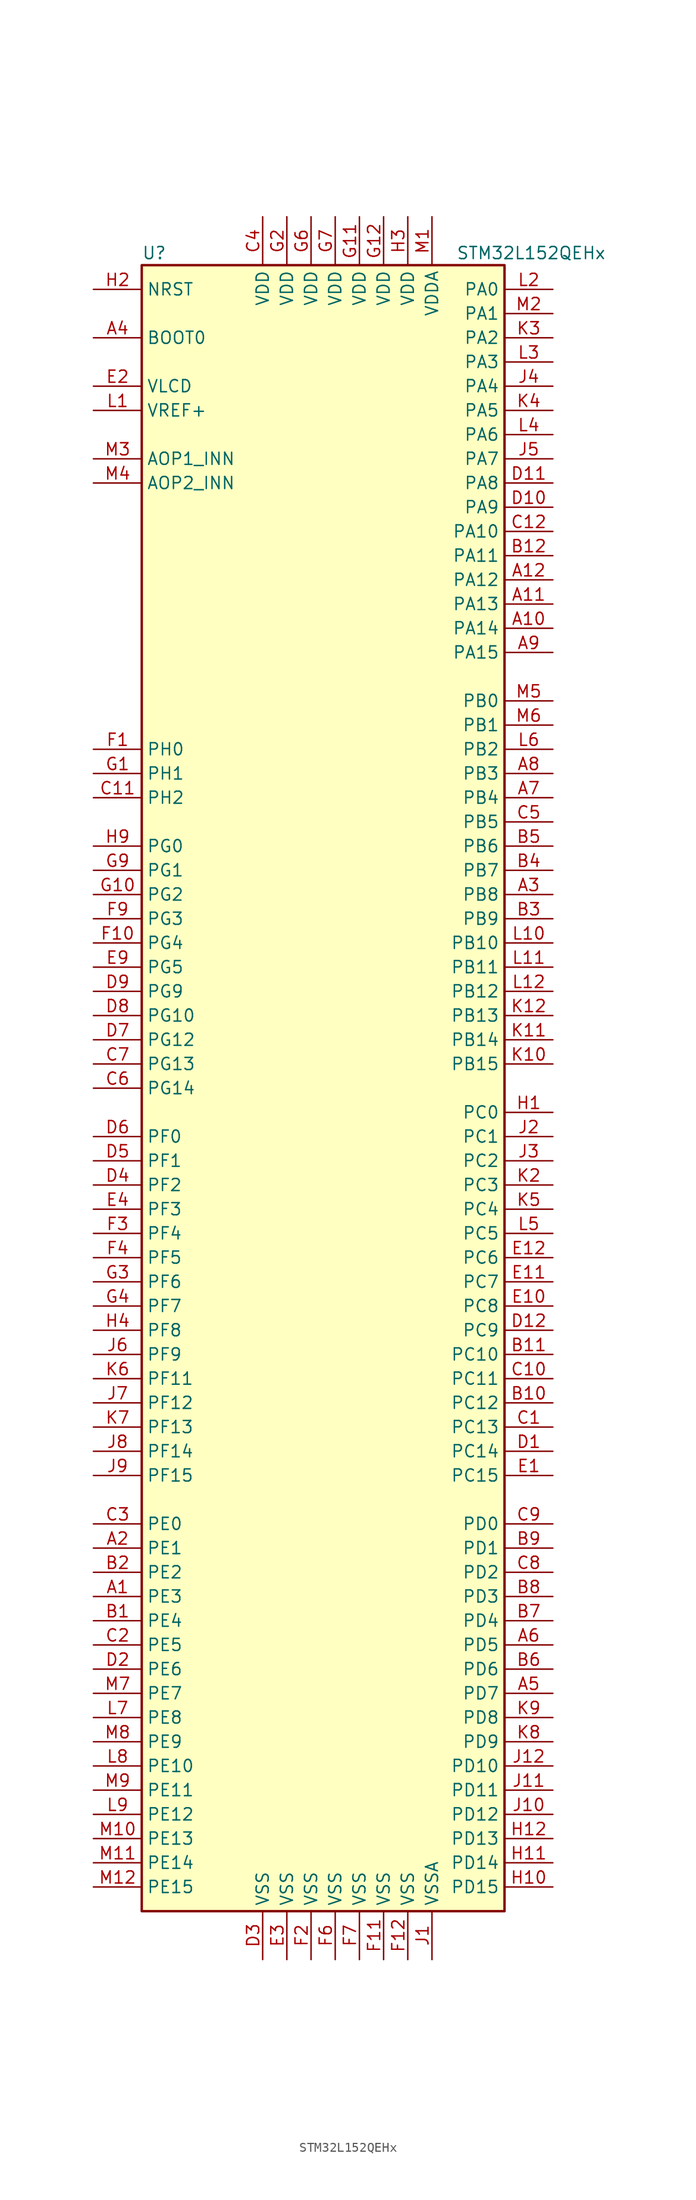
<source format=kicad_sym>
(kicad_symbol_lib
  (version 20201005)
  (generator kicad_symbol_editor)
  (symbol "MCU_ST_STM32L1:STM32L152QEHx"
    (property "Reference" "U"
      (at -20.32 87.63 0)
      (effects (font (size 1.27 1.27)) (justify left)))
    (property "Value" "STM32L152QEHx"
      (at 12.7 87.63 0)
      (effects (font (size 1.27 1.27)) (justify left)))
    (symbol "STM32L152QEHx_0_1"
      (rectangle (start -20.32 -86.36) (end 17.78 86.36) (stroke (width 0.254)) (fill (type background))))
    (symbol "STM32L152QEHx_1_1"
      (pin bidirectional line (at -25.4 66.04 0) (length 5.08) (name "AOP1_INN" (effects (font (size 1.27 1.27)))) (number "M3" (effects (font (size 1.27 1.27)))))
      (pin bidirectional line (at -25.4 63.5 0) (length 5.08) (name "AOP2_INN" (effects (font (size 1.27 1.27)))) (number "M4" (effects (font (size 1.27 1.27)))))
      (pin input line (at -25.4 78.74 0) (length 5.08) (name "BOOT0" (effects (font (size 1.27 1.27)))) (number "A4" (effects (font (size 1.27 1.27)))))
      (pin no_connect line (at -20.32 -83.82 0) (length 5.08) hide (name "NC" (effects (font (size 1.27 1.27)))) (number "K1" (effects (font (size 1.27 1.27)))))
      (pin input line (at -25.4 83.82 0) (length 5.08) (name "NRST" (effects (font (size 1.27 1.27)))) (number "H2" (effects (font (size 1.27 1.27)))))
      (pin bidirectional line (at 22.86 83.82 180) (length 5.08) (name "PA0" (effects (font (size 1.27 1.27)))) (number "L2" (effects (font (size 1.27 1.27)))))
      (pin bidirectional line (at 22.86 81.28 180) (length 5.08) (name "PA1" (effects (font (size 1.27 1.27)))) (number "M2" (effects (font (size 1.27 1.27)))))
      (pin bidirectional line (at 22.86 58.42 180) (length 5.08) (name "PA10" (effects (font (size 1.27 1.27)))) (number "C12" (effects (font (size 1.27 1.27)))))
      (pin bidirectional line (at 22.86 55.88 180) (length 5.08) (name "PA11" (effects (font (size 1.27 1.27)))) (number "B12" (effects (font (size 1.27 1.27)))))
      (pin bidirectional line (at 22.86 53.34 180) (length 5.08) (name "PA12" (effects (font (size 1.27 1.27)))) (number "A12" (effects (font (size 1.27 1.27)))))
      (pin bidirectional line (at 22.86 50.8 180) (length 5.08) (name "PA13" (effects (font (size 1.27 1.27)))) (number "A11" (effects (font (size 1.27 1.27)))))
      (pin bidirectional line (at 22.86 48.26 180) (length 5.08) (name "PA14" (effects (font (size 1.27 1.27)))) (number "A10" (effects (font (size 1.27 1.27)))))
      (pin bidirectional line (at 22.86 45.72 180) (length 5.08) (name "PA15" (effects (font (size 1.27 1.27)))) (number "A9" (effects (font (size 1.27 1.27)))))
      (pin bidirectional line (at 22.86 78.74 180) (length 5.08) (name "PA2" (effects (font (size 1.27 1.27)))) (number "K3" (effects (font (size 1.27 1.27)))))
      (pin bidirectional line (at 22.86 76.2 180) (length 5.08) (name "PA3" (effects (font (size 1.27 1.27)))) (number "L3" (effects (font (size 1.27 1.27)))))
      (pin bidirectional line (at 22.86 73.66 180) (length 5.08) (name "PA4" (effects (font (size 1.27 1.27)))) (number "J4" (effects (font (size 1.27 1.27)))))
      (pin bidirectional line (at 22.86 71.12 180) (length 5.08) (name "PA5" (effects (font (size 1.27 1.27)))) (number "K4" (effects (font (size 1.27 1.27)))))
      (pin bidirectional line (at 22.86 68.58 180) (length 5.08) (name "PA6" (effects (font (size 1.27 1.27)))) (number "L4" (effects (font (size 1.27 1.27)))))
      (pin bidirectional line (at 22.86 66.04 180) (length 5.08) (name "PA7" (effects (font (size 1.27 1.27)))) (number "J5" (effects (font (size 1.27 1.27)))))
      (pin bidirectional line (at 22.86 63.5 180) (length 5.08) (name "PA8" (effects (font (size 1.27 1.27)))) (number "D11" (effects (font (size 1.27 1.27)))))
      (pin bidirectional line (at 22.86 60.96 180) (length 5.08) (name "PA9" (effects (font (size 1.27 1.27)))) (number "D10" (effects (font (size 1.27 1.27)))))
      (pin bidirectional line (at 22.86 40.64 180) (length 5.08) (name "PB0" (effects (font (size 1.27 1.27)))) (number "M5" (effects (font (size 1.27 1.27)))))
      (pin bidirectional line (at 22.86 38.1 180) (length 5.08) (name "PB1" (effects (font (size 1.27 1.27)))) (number "M6" (effects (font (size 1.27 1.27)))))
      (pin bidirectional line (at 22.86 15.24 180) (length 5.08) (name "PB10" (effects (font (size 1.27 1.27)))) (number "L10" (effects (font (size 1.27 1.27)))))
      (pin bidirectional line (at 22.86 12.7 180) (length 5.08) (name "PB11" (effects (font (size 1.27 1.27)))) (number "L11" (effects (font (size 1.27 1.27)))))
      (pin bidirectional line (at 22.86 10.16 180) (length 5.08) (name "PB12" (effects (font (size 1.27 1.27)))) (number "L12" (effects (font (size 1.27 1.27)))))
      (pin bidirectional line (at 22.86 7.62 180) (length 5.08) (name "PB13" (effects (font (size 1.27 1.27)))) (number "K12" (effects (font (size 1.27 1.27)))))
      (pin bidirectional line (at 22.86 5.08 180) (length 5.08) (name "PB14" (effects (font (size 1.27 1.27)))) (number "K11" (effects (font (size 1.27 1.27)))))
      (pin bidirectional line (at 22.86 2.54 180) (length 5.08) (name "PB15" (effects (font (size 1.27 1.27)))) (number "K10" (effects (font (size 1.27 1.27)))))
      (pin bidirectional line (at 22.86 35.56 180) (length 5.08) (name "PB2" (effects (font (size 1.27 1.27)))) (number "L6" (effects (font (size 1.27 1.27)))))
      (pin bidirectional line (at 22.86 33.02 180) (length 5.08) (name "PB3" (effects (font (size 1.27 1.27)))) (number "A8" (effects (font (size 1.27 1.27)))))
      (pin bidirectional line (at 22.86 30.48 180) (length 5.08) (name "PB4" (effects (font (size 1.27 1.27)))) (number "A7" (effects (font (size 1.27 1.27)))))
      (pin bidirectional line (at 22.86 27.94 180) (length 5.08) (name "PB5" (effects (font (size 1.27 1.27)))) (number "C5" (effects (font (size 1.27 1.27)))))
      (pin bidirectional line (at 22.86 25.4 180) (length 5.08) (name "PB6" (effects (font (size 1.27 1.27)))) (number "B5" (effects (font (size 1.27 1.27)))))
      (pin bidirectional line (at 22.86 22.86 180) (length 5.08) (name "PB7" (effects (font (size 1.27 1.27)))) (number "B4" (effects (font (size 1.27 1.27)))))
      (pin bidirectional line (at 22.86 20.32 180) (length 5.08) (name "PB8" (effects (font (size 1.27 1.27)))) (number "A3" (effects (font (size 1.27 1.27)))))
      (pin bidirectional line (at 22.86 17.78 180) (length 5.08) (name "PB9" (effects (font (size 1.27 1.27)))) (number "B3" (effects (font (size 1.27 1.27)))))
      (pin bidirectional line (at 22.86 -2.54 180) (length 5.08) (name "PC0" (effects (font (size 1.27 1.27)))) (number "H1" (effects (font (size 1.27 1.27)))))
      (pin bidirectional line (at 22.86 -5.08 180) (length 5.08) (name "PC1" (effects (font (size 1.27 1.27)))) (number "J2" (effects (font (size 1.27 1.27)))))
      (pin bidirectional line (at 22.86 -27.94 180) (length 5.08) (name "PC10" (effects (font (size 1.27 1.27)))) (number "B11" (effects (font (size 1.27 1.27)))))
      (pin bidirectional line (at 22.86 -30.48 180) (length 5.08) (name "PC11" (effects (font (size 1.27 1.27)))) (number "C10" (effects (font (size 1.27 1.27)))))
      (pin bidirectional line (at 22.86 -33.02 180) (length 5.08) (name "PC12" (effects (font (size 1.27 1.27)))) (number "B10" (effects (font (size 1.27 1.27)))))
      (pin bidirectional line (at 22.86 -35.56 180) (length 5.08) (name "PC13" (effects (font (size 1.27 1.27)))) (number "C1" (effects (font (size 1.27 1.27)))))
      (pin bidirectional line (at 22.86 -38.1 180) (length 5.08) (name "PC14" (effects (font (size 1.27 1.27)))) (number "D1" (effects (font (size 1.27 1.27)))))
      (pin bidirectional line (at 22.86 -40.64 180) (length 5.08) (name "PC15" (effects (font (size 1.27 1.27)))) (number "E1" (effects (font (size 1.27 1.27)))))
      (pin bidirectional line (at 22.86 -7.62 180) (length 5.08) (name "PC2" (effects (font (size 1.27 1.27)))) (number "J3" (effects (font (size 1.27 1.27)))))
      (pin bidirectional line (at 22.86 -10.16 180) (length 5.08) (name "PC3" (effects (font (size 1.27 1.27)))) (number "K2" (effects (font (size 1.27 1.27)))))
      (pin bidirectional line (at 22.86 -12.7 180) (length 5.08) (name "PC4" (effects (font (size 1.27 1.27)))) (number "K5" (effects (font (size 1.27 1.27)))))
      (pin bidirectional line (at 22.86 -15.24 180) (length 5.08) (name "PC5" (effects (font (size 1.27 1.27)))) (number "L5" (effects (font (size 1.27 1.27)))))
      (pin bidirectional line (at 22.86 -17.78 180) (length 5.08) (name "PC6" (effects (font (size 1.27 1.27)))) (number "E12" (effects (font (size 1.27 1.27)))))
      (pin bidirectional line (at 22.86 -20.32 180) (length 5.08) (name "PC7" (effects (font (size 1.27 1.27)))) (number "E11" (effects (font (size 1.27 1.27)))))
      (pin bidirectional line (at 22.86 -22.86 180) (length 5.08) (name "PC8" (effects (font (size 1.27 1.27)))) (number "E10" (effects (font (size 1.27 1.27)))))
      (pin bidirectional line (at 22.86 -25.4 180) (length 5.08) (name "PC9" (effects (font (size 1.27 1.27)))) (number "D12" (effects (font (size 1.27 1.27)))))
      (pin bidirectional line (at 22.86 -45.72 180) (length 5.08) (name "PD0" (effects (font (size 1.27 1.27)))) (number "C9" (effects (font (size 1.27 1.27)))))
      (pin bidirectional line (at 22.86 -48.26 180) (length 5.08) (name "PD1" (effects (font (size 1.27 1.27)))) (number "B9" (effects (font (size 1.27 1.27)))))
      (pin bidirectional line (at 22.86 -71.12 180) (length 5.08) (name "PD10" (effects (font (size 1.27 1.27)))) (number "J12" (effects (font (size 1.27 1.27)))))
      (pin bidirectional line (at 22.86 -73.66 180) (length 5.08) (name "PD11" (effects (font (size 1.27 1.27)))) (number "J11" (effects (font (size 1.27 1.27)))))
      (pin bidirectional line (at 22.86 -76.2 180) (length 5.08) (name "PD12" (effects (font (size 1.27 1.27)))) (number "J10" (effects (font (size 1.27 1.27)))))
      (pin bidirectional line (at 22.86 -78.74 180) (length 5.08) (name "PD13" (effects (font (size 1.27 1.27)))) (number "H12" (effects (font (size 1.27 1.27)))))
      (pin bidirectional line (at 22.86 -81.28 180) (length 5.08) (name "PD14" (effects (font (size 1.27 1.27)))) (number "H11" (effects (font (size 1.27 1.27)))))
      (pin bidirectional line (at 22.86 -83.82 180) (length 5.08) (name "PD15" (effects (font (size 1.27 1.27)))) (number "H10" (effects (font (size 1.27 1.27)))))
      (pin bidirectional line (at 22.86 -50.8 180) (length 5.08) (name "PD2" (effects (font (size 1.27 1.27)))) (number "C8" (effects (font (size 1.27 1.27)))))
      (pin bidirectional line (at 22.86 -53.34 180) (length 5.08) (name "PD3" (effects (font (size 1.27 1.27)))) (number "B8" (effects (font (size 1.27 1.27)))))
      (pin bidirectional line (at 22.86 -55.88 180) (length 5.08) (name "PD4" (effects (font (size 1.27 1.27)))) (number "B7" (effects (font (size 1.27 1.27)))))
      (pin bidirectional line (at 22.86 -58.42 180) (length 5.08) (name "PD5" (effects (font (size 1.27 1.27)))) (number "A6" (effects (font (size 1.27 1.27)))))
      (pin bidirectional line (at 22.86 -60.96 180) (length 5.08) (name "PD6" (effects (font (size 1.27 1.27)))) (number "B6" (effects (font (size 1.27 1.27)))))
      (pin bidirectional line (at 22.86 -63.5 180) (length 5.08) (name "PD7" (effects (font (size 1.27 1.27)))) (number "A5" (effects (font (size 1.27 1.27)))))
      (pin bidirectional line (at 22.86 -66.04 180) (length 5.08) (name "PD8" (effects (font (size 1.27 1.27)))) (number "K9" (effects (font (size 1.27 1.27)))))
      (pin bidirectional line (at 22.86 -68.58 180) (length 5.08) (name "PD9" (effects (font (size 1.27 1.27)))) (number "K8" (effects (font (size 1.27 1.27)))))
      (pin bidirectional line (at -25.4 -45.72 0) (length 5.08) (name "PE0" (effects (font (size 1.27 1.27)))) (number "C3" (effects (font (size 1.27 1.27)))))
      (pin bidirectional line (at -25.4 -48.26 0) (length 5.08) (name "PE1" (effects (font (size 1.27 1.27)))) (number "A2" (effects (font (size 1.27 1.27)))))
      (pin bidirectional line (at -25.4 -71.12 0) (length 5.08) (name "PE10" (effects (font (size 1.27 1.27)))) (number "L8" (effects (font (size 1.27 1.27)))))
      (pin bidirectional line (at -25.4 -73.66 0) (length 5.08) (name "PE11" (effects (font (size 1.27 1.27)))) (number "M9" (effects (font (size 1.27 1.27)))))
      (pin bidirectional line (at -25.4 -76.2 0) (length 5.08) (name "PE12" (effects (font (size 1.27 1.27)))) (number "L9" (effects (font (size 1.27 1.27)))))
      (pin bidirectional line (at -25.4 -78.74 0) (length 5.08) (name "PE13" (effects (font (size 1.27 1.27)))) (number "M10" (effects (font (size 1.27 1.27)))))
      (pin bidirectional line (at -25.4 -81.28 0) (length 5.08) (name "PE14" (effects (font (size 1.27 1.27)))) (number "M11" (effects (font (size 1.27 1.27)))))
      (pin bidirectional line (at -25.4 -83.82 0) (length 5.08) (name "PE15" (effects (font (size 1.27 1.27)))) (number "M12" (effects (font (size 1.27 1.27)))))
      (pin bidirectional line (at -25.4 -50.8 0) (length 5.08) (name "PE2" (effects (font (size 1.27 1.27)))) (number "B2" (effects (font (size 1.27 1.27)))))
      (pin bidirectional line (at -25.4 -53.34 0) (length 5.08) (name "PE3" (effects (font (size 1.27 1.27)))) (number "A1" (effects (font (size 1.27 1.27)))))
      (pin bidirectional line (at -25.4 -55.88 0) (length 5.08) (name "PE4" (effects (font (size 1.27 1.27)))) (number "B1" (effects (font (size 1.27 1.27)))))
      (pin bidirectional line (at -25.4 -58.42 0) (length 5.08) (name "PE5" (effects (font (size 1.27 1.27)))) (number "C2" (effects (font (size 1.27 1.27)))))
      (pin bidirectional line (at -25.4 -60.96 0) (length 5.08) (name "PE6" (effects (font (size 1.27 1.27)))) (number "D2" (effects (font (size 1.27 1.27)))))
      (pin bidirectional line (at -25.4 -63.5 0) (length 5.08) (name "PE7" (effects (font (size 1.27 1.27)))) (number "M7" (effects (font (size 1.27 1.27)))))
      (pin bidirectional line (at -25.4 -66.04 0) (length 5.08) (name "PE8" (effects (font (size 1.27 1.27)))) (number "L7" (effects (font (size 1.27 1.27)))))
      (pin bidirectional line (at -25.4 -68.58 0) (length 5.08) (name "PE9" (effects (font (size 1.27 1.27)))) (number "M8" (effects (font (size 1.27 1.27)))))
      (pin bidirectional line (at -25.4 -5.08 0) (length 5.08) (name "PF0" (effects (font (size 1.27 1.27)))) (number "D6" (effects (font (size 1.27 1.27)))))
      (pin bidirectional line (at -25.4 -7.62 0) (length 5.08) (name "PF1" (effects (font (size 1.27 1.27)))) (number "D5" (effects (font (size 1.27 1.27)))))
      (pin bidirectional line (at -25.4 -30.48 0) (length 5.08) (name "PF11" (effects (font (size 1.27 1.27)))) (number "K6" (effects (font (size 1.27 1.27)))))
      (pin bidirectional line (at -25.4 -33.02 0) (length 5.08) (name "PF12" (effects (font (size 1.27 1.27)))) (number "J7" (effects (font (size 1.27 1.27)))))
      (pin bidirectional line (at -25.4 -35.56 0) (length 5.08) (name "PF13" (effects (font (size 1.27 1.27)))) (number "K7" (effects (font (size 1.27 1.27)))))
      (pin bidirectional line (at -25.4 -38.1 0) (length 5.08) (name "PF14" (effects (font (size 1.27 1.27)))) (number "J8" (effects (font (size 1.27 1.27)))))
      (pin bidirectional line (at -25.4 -40.64 0) (length 5.08) (name "PF15" (effects (font (size 1.27 1.27)))) (number "J9" (effects (font (size 1.27 1.27)))))
      (pin bidirectional line (at -25.4 -10.16 0) (length 5.08) (name "PF2" (effects (font (size 1.27 1.27)))) (number "D4" (effects (font (size 1.27 1.27)))))
      (pin bidirectional line (at -25.4 -12.7 0) (length 5.08) (name "PF3" (effects (font (size 1.27 1.27)))) (number "E4" (effects (font (size 1.27 1.27)))))
      (pin bidirectional line (at -25.4 -15.24 0) (length 5.08) (name "PF4" (effects (font (size 1.27 1.27)))) (number "F3" (effects (font (size 1.27 1.27)))))
      (pin bidirectional line (at -25.4 -17.78 0) (length 5.08) (name "PF5" (effects (font (size 1.27 1.27)))) (number "F4" (effects (font (size 1.27 1.27)))))
      (pin bidirectional line (at -25.4 -20.32 0) (length 5.08) (name "PF6" (effects (font (size 1.27 1.27)))) (number "G3" (effects (font (size 1.27 1.27)))))
      (pin bidirectional line (at -25.4 -22.86 0) (length 5.08) (name "PF7" (effects (font (size 1.27 1.27)))) (number "G4" (effects (font (size 1.27 1.27)))))
      (pin bidirectional line (at -25.4 -25.4 0) (length 5.08) (name "PF8" (effects (font (size 1.27 1.27)))) (number "H4" (effects (font (size 1.27 1.27)))))
      (pin bidirectional line (at -25.4 -27.94 0) (length 5.08) (name "PF9" (effects (font (size 1.27 1.27)))) (number "J6" (effects (font (size 1.27 1.27)))))
      (pin bidirectional line (at -25.4 25.4 0) (length 5.08) (name "PG0" (effects (font (size 1.27 1.27)))) (number "H9" (effects (font (size 1.27 1.27)))))
      (pin bidirectional line (at -25.4 22.86 0) (length 5.08) (name "PG1" (effects (font (size 1.27 1.27)))) (number "G9" (effects (font (size 1.27 1.27)))))
      (pin bidirectional line (at -25.4 7.62 0) (length 5.08) (name "PG10" (effects (font (size 1.27 1.27)))) (number "D8" (effects (font (size 1.27 1.27)))))
      (pin bidirectional line (at -25.4 5.08 0) (length 5.08) (name "PG12" (effects (font (size 1.27 1.27)))) (number "D7" (effects (font (size 1.27 1.27)))))
      (pin bidirectional line (at -25.4 2.54 0) (length 5.08) (name "PG13" (effects (font (size 1.27 1.27)))) (number "C7" (effects (font (size 1.27 1.27)))))
      (pin bidirectional line (at -25.4 0 0) (length 5.08) (name "PG14" (effects (font (size 1.27 1.27)))) (number "C6" (effects (font (size 1.27 1.27)))))
      (pin bidirectional line (at -25.4 20.32 0) (length 5.08) (name "PG2" (effects (font (size 1.27 1.27)))) (number "G10" (effects (font (size 1.27 1.27)))))
      (pin bidirectional line (at -25.4 17.78 0) (length 5.08) (name "PG3" (effects (font (size 1.27 1.27)))) (number "F9" (effects (font (size 1.27 1.27)))))
      (pin bidirectional line (at -25.4 15.24 0) (length 5.08) (name "PG4" (effects (font (size 1.27 1.27)))) (number "F10" (effects (font (size 1.27 1.27)))))
      (pin bidirectional line (at -25.4 12.7 0) (length 5.08) (name "PG5" (effects (font (size 1.27 1.27)))) (number "E9" (effects (font (size 1.27 1.27)))))
      (pin bidirectional line (at -25.4 10.16 0) (length 5.08) (name "PG9" (effects (font (size 1.27 1.27)))) (number "D9" (effects (font (size 1.27 1.27)))))
      (pin input line (at -25.4 35.56 0) (length 5.08) (name "PH0" (effects (font (size 1.27 1.27)))) (number "F1" (effects (font (size 1.27 1.27)))))
      (pin input line (at -25.4 33.02 0) (length 5.08) (name "PH1" (effects (font (size 1.27 1.27)))) (number "G1" (effects (font (size 1.27 1.27)))))
      (pin bidirectional line (at -25.4 30.48 0) (length 5.08) (name "PH2" (effects (font (size 1.27 1.27)))) (number "C11" (effects (font (size 1.27 1.27)))))
      (pin power_in line (at -7.62 91.44 270) (length 5.08) (name "VDD" (effects (font (size 1.27 1.27)))) (number "C4" (effects (font (size 1.27 1.27)))))
      (pin power_in line (at 2.54 91.44 270) (length 5.08) (name "VDD" (effects (font (size 1.27 1.27)))) (number "G11" (effects (font (size 1.27 1.27)))))
      (pin power_in line (at 5.08 91.44 270) (length 5.08) (name "VDD" (effects (font (size 1.27 1.27)))) (number "G12" (effects (font (size 1.27 1.27)))))
      (pin power_in line (at -5.08 91.44 270) (length 5.08) (name "VDD" (effects (font (size 1.27 1.27)))) (number "G2" (effects (font (size 1.27 1.27)))))
      (pin power_in line (at -2.54 91.44 270) (length 5.08) (name "VDD" (effects (font (size 1.27 1.27)))) (number "G6" (effects (font (size 1.27 1.27)))))
      (pin power_in line (at 0 91.44 270) (length 5.08) (name "VDD" (effects (font (size 1.27 1.27)))) (number "G7" (effects (font (size 1.27 1.27)))))
      (pin power_in line (at 7.62 91.44 270) (length 5.08) (name "VDD" (effects (font (size 1.27 1.27)))) (number "H3" (effects (font (size 1.27 1.27)))))
      (pin power_in line (at 10.16 91.44 270) (length 5.08) (name "VDDA" (effects (font (size 1.27 1.27)))) (number "M1" (effects (font (size 1.27 1.27)))))
      (pin power_in line (at -25.4 73.66 0) (length 5.08) (name "VLCD" (effects (font (size 1.27 1.27)))) (number "E2" (effects (font (size 1.27 1.27)))))
      (pin power_in line (at -25.4 71.12 0) (length 5.08) (name "VREF+" (effects (font (size 1.27 1.27)))) (number "L1" (effects (font (size 1.27 1.27)))))
      (pin power_in line (at -7.62 -91.44 90) (length 5.08) (name "VSS" (effects (font (size 1.27 1.27)))) (number "D3" (effects (font (size 1.27 1.27)))))
      (pin power_in line (at -5.08 -91.44 90) (length 5.08) (name "VSS" (effects (font (size 1.27 1.27)))) (number "E3" (effects (font (size 1.27 1.27)))))
      (pin power_in line (at 5.08 -91.44 90) (length 5.08) (name "VSS" (effects (font (size 1.27 1.27)))) (number "F11" (effects (font (size 1.27 1.27)))))
      (pin power_in line (at 7.62 -91.44 90) (length 5.08) (name "VSS" (effects (font (size 1.27 1.27)))) (number "F12" (effects (font (size 1.27 1.27)))))
      (pin power_in line (at -2.54 -91.44 90) (length 5.08) (name "VSS" (effects (font (size 1.27 1.27)))) (number "F2" (effects (font (size 1.27 1.27)))))
      (pin power_in line (at 0 -91.44 90) (length 5.08) (name "VSS" (effects (font (size 1.27 1.27)))) (number "F6" (effects (font (size 1.27 1.27)))))
      (pin power_in line (at 2.54 -91.44 90) (length 5.08) (name "VSS" (effects (font (size 1.27 1.27)))) (number "F7" (effects (font (size 1.27 1.27)))))
      (pin power_in line (at 10.16 -91.44 90) (length 5.08) (name "VSSA" (effects (font (size 1.27 1.27)))) (number "J1" (effects (font (size 1.27 1.27))))))))
</source>
